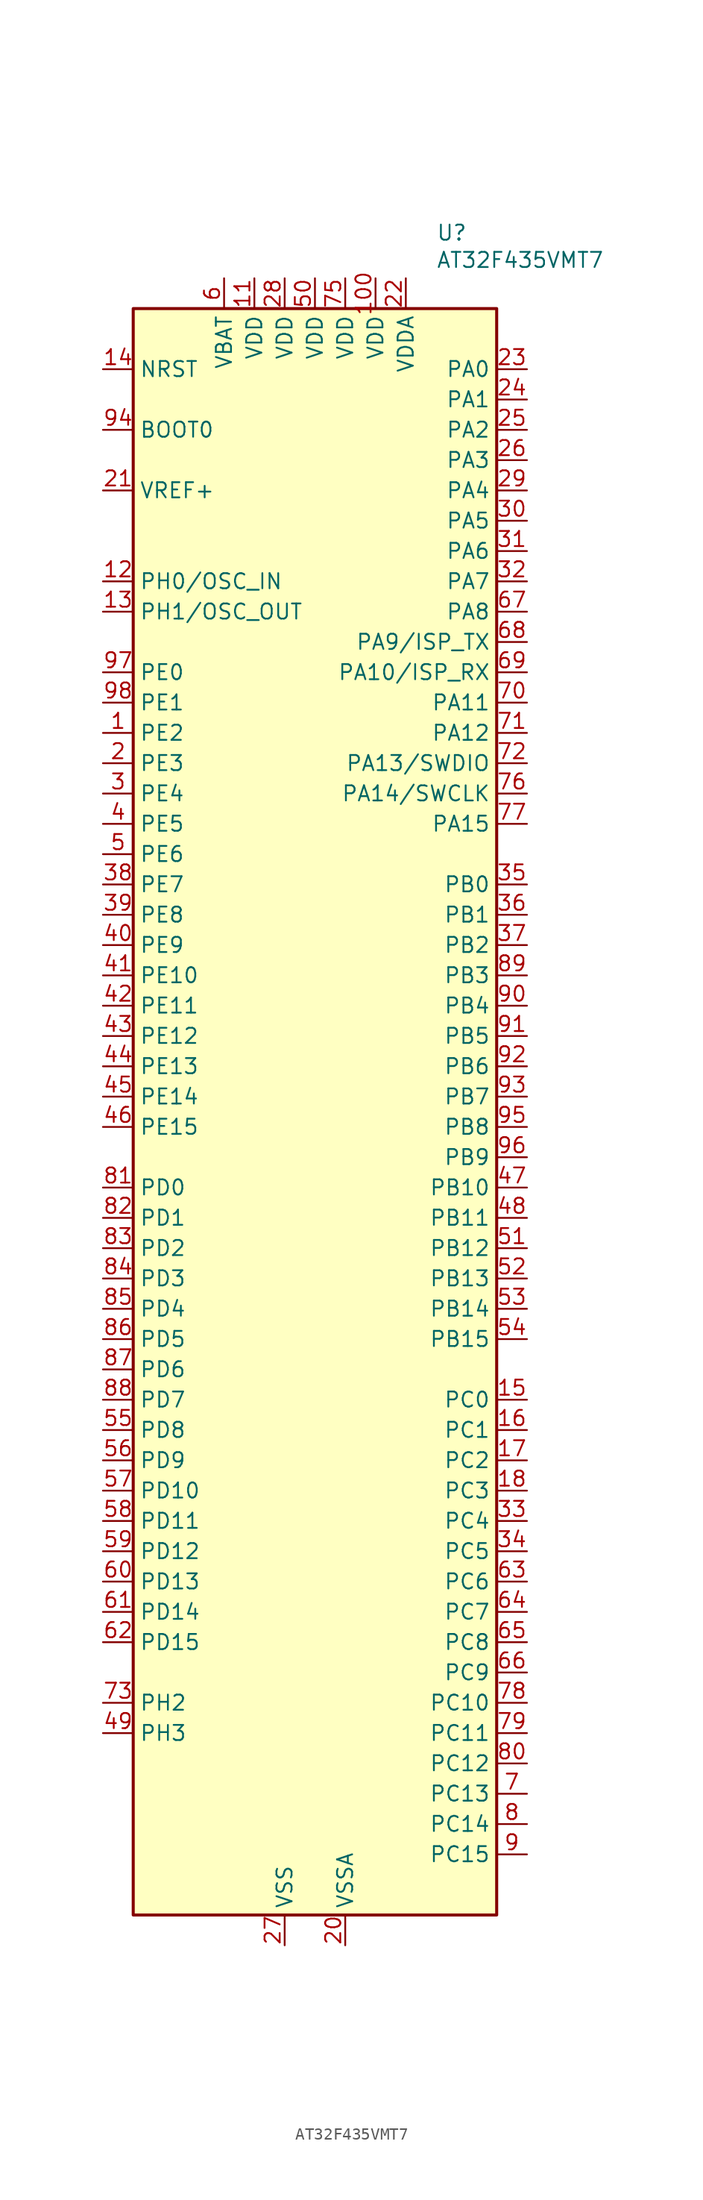
<source format=kicad_sym>
(kicad_symbol_lib
  (version 20241209)
  (generator "kicad_symbol_editor")
  (generator_version "9.0")
  (symbol "AT32F435VMT7"
    (property "Reference" "U"
      (at 10.16 74.93 0)
      (effects (font (size 1.27 1.27)) (justify left)))
    (property "Value" "AT32F435VMT7"
      (at 10.16 72.644 0)
      (effects (font (size 1.27 1.27)) (justify left)))
    (symbol "AT32F435VMT7_0_1"
      (rectangle (start -15.24 68.58) (end 15.24 -66.04) (stroke (width 0.254) (type default)) (fill (type background))))
    (symbol "AT32F435VMT7_1_0"
      (pin power_in line (at -17.78 53.34 0) (length 2.54) (name "VREF+" (effects (font (size 1.27 1.27)))) (number "21" (effects (font (size 1.27 1.27)))))
      (pin bidirectional line (at -17.78 38.1 0) (length 2.54) (name "PE0" (effects (font (size 1.27 1.27)))) (number "97" (effects (font (size 1.27 1.27)))))
      (pin bidirectional line (at -17.78 35.56 0) (length 2.54) (name "PE1" (effects (font (size 1.27 1.27)))) (number "98" (effects (font (size 1.27 1.27)))))
      (pin bidirectional line (at -17.78 33.02 0) (length 2.54) (name "PE2" (effects (font (size 1.27 1.27)))) (number "1" (effects (font (size 1.27 1.27)))))
      (pin bidirectional line (at -17.78 30.48 0) (length 2.54) (name "PE3" (effects (font (size 1.27 1.27)))) (number "2" (effects (font (size 1.27 1.27)))))
      (pin bidirectional line (at -17.78 27.94 0) (length 2.54) (name "PE4" (effects (font (size 1.27 1.27)))) (number "3" (effects (font (size 1.27 1.27)))))
      (pin bidirectional line (at -17.78 22.86 0) (length 2.54) (name "PE6" (effects (font (size 1.27 1.27)))) (number "5" (effects (font (size 1.27 1.27)))))
      (pin bidirectional line (at -17.78 20.32 0) (length 2.54) (name "PE7" (effects (font (size 1.27 1.27)))) (number "38" (effects (font (size 1.27 1.27)))))
      (pin bidirectional line (at -17.78 17.78 0) (length 2.54) (name "PE8" (effects (font (size 1.27 1.27)))) (number "39" (effects (font (size 1.27 1.27)))))
      (pin bidirectional line (at -17.78 15.24 0) (length 2.54) (name "PE9" (effects (font (size 1.27 1.27)))) (number "40" (effects (font (size 1.27 1.27)))))
      (pin bidirectional line (at -17.78 12.7 0) (length 2.54) (name "PE10" (effects (font (size 1.27 1.27)))) (number "41" (effects (font (size 1.27 1.27)))))
      (pin bidirectional line (at -17.78 10.16 0) (length 2.54) (name "PE11" (effects (font (size 1.27 1.27)))) (number "42" (effects (font (size 1.27 1.27)))))
      (pin bidirectional line (at -17.78 7.62 0) (length 2.54) (name "PE12" (effects (font (size 1.27 1.27)))) (number "43" (effects (font (size 1.27 1.27)))))
      (pin bidirectional line (at -17.78 5.08 0) (length 2.54) (name "PE13" (effects (font (size 1.27 1.27)))) (number "44" (effects (font (size 1.27 1.27)))))
      (pin bidirectional line (at -17.78 2.54 0) (length 2.54) (name "PE14" (effects (font (size 1.27 1.27)))) (number "45" (effects (font (size 1.27 1.27)))))
      (pin bidirectional line (at -17.78 0 0) (length 2.54) (name "PE15" (effects (font (size 1.27 1.27)))) (number "46" (effects (font (size 1.27 1.27)))))
      (pin bidirectional line (at -17.78 -5.08 0) (length 2.54) (name "PD0" (effects (font (size 1.27 1.27)))) (number "81" (effects (font (size 1.27 1.27)))))
      (pin bidirectional line (at -17.78 -7.62 0) (length 2.54) (name "PD1" (effects (font (size 1.27 1.27)))) (number "82" (effects (font (size 1.27 1.27)))))
      (pin bidirectional line (at -17.78 -10.16 0) (length 2.54) (name "PD2" (effects (font (size 1.27 1.27)))) (number "83" (effects (font (size 1.27 1.27)))))
      (pin bidirectional line (at -17.78 -12.7 0) (length 2.54) (name "PD3" (effects (font (size 1.27 1.27)))) (number "84" (effects (font (size 1.27 1.27)))))
      (pin bidirectional line (at -17.78 -15.24 0) (length 2.54) (name "PD4" (effects (font (size 1.27 1.27)))) (number "85" (effects (font (size 1.27 1.27)))))
      (pin bidirectional line (at -17.78 -17.78 0) (length 2.54) (name "PD5" (effects (font (size 1.27 1.27)))) (number "86" (effects (font (size 1.27 1.27)))))
      (pin bidirectional line (at -17.78 -20.32 0) (length 2.54) (name "PD6" (effects (font (size 1.27 1.27)))) (number "87" (effects (font (size 1.27 1.27)))))
      (pin bidirectional line (at -17.78 -22.86 0) (length 2.54) (name "PD7" (effects (font (size 1.27 1.27)))) (number "88" (effects (font (size 1.27 1.27)))))
      (pin bidirectional line (at -17.78 -25.4 0) (length 2.54) (name "PD8" (effects (font (size 1.27 1.27)))) (number "55" (effects (font (size 1.27 1.27)))))
      (pin bidirectional line (at -17.78 -27.94 0) (length 2.54) (name "PD9" (effects (font (size 1.27 1.27)))) (number "56" (effects (font (size 1.27 1.27)))))
      (pin bidirectional line (at -17.78 -30.48 0) (length 2.54) (name "PD10" (effects (font (size 1.27 1.27)))) (number "57" (effects (font (size 1.27 1.27)))))
      (pin bidirectional line (at -17.78 -33.02 0) (length 2.54) (name "PD11" (effects (font (size 1.27 1.27)))) (number "58" (effects (font (size 1.27 1.27)))))
      (pin bidirectional line (at -17.78 -35.56 0) (length 2.54) (name "PD12" (effects (font (size 1.27 1.27)))) (number "59" (effects (font (size 1.27 1.27)))))
      (pin bidirectional line (at -17.78 -38.1 0) (length 2.54) (name "PD13" (effects (font (size 1.27 1.27)))) (number "60" (effects (font (size 1.27 1.27)))))
      (pin bidirectional line (at -17.78 -40.64 0) (length 2.54) (name "PD14" (effects (font (size 1.27 1.27)))) (number "61" (effects (font (size 1.27 1.27)))))
      (pin bidirectional line (at -17.78 -43.18 0) (length 2.54) (name "PD15" (effects (font (size 1.27 1.27)))) (number "62" (effects (font (size 1.27 1.27)))))
      (pin power_in line (at -7.62 71.12 270) (length 2.54) (name "VBAT" (effects (font (size 1.27 1.27)))) (number "6" (effects (font (size 1.27 1.27)))))
      (pin no_connect line (at -6.35 -68.58 90) (length 2.54) (hide yes) (name "NC" (effects (font (size 1.27 1.27)))) (number "19" (effects (font (size 1.27 1.27)))))
      (pin power_in line (at -5.08 71.12 270) (length 2.54) (name "VDD" (effects (font (size 1.27 1.27)))) (number "11" (effects (font (size 1.27 1.27)))))
      (pin power_in line (at -2.54 71.12 270) (length 2.54) (name "VDD" (effects (font (size 1.27 1.27)))) (number "28" (effects (font (size 1.27 1.27)))))
      (pin power_in line (at -2.54 -68.58 90) (length 2.54) (hide yes) (name "VSS" (effects (font (size 1.27 1.27)))) (number "10" (effects (font (size 1.27 1.27)))))
      (pin power_in line (at -2.54 -68.58 90) (length 2.54) (name "VSS" (effects (font (size 1.27 1.27)))) (number "27" (effects (font (size 1.27 1.27)))))
      (pin power_in line (at -2.54 -68.58 90) (length 2.54) (hide yes) (name "VSS" (effects (font (size 1.27 1.27)))) (number "74" (effects (font (size 1.27 1.27)))))
      (pin power_in line (at 2.54 -68.58 90) (length 2.54) (name "VSSA" (effects (font (size 1.27 1.27)))) (number "20" (effects (font (size 1.27 1.27)))))
      (pin power_in line (at 7.62 71.12 270) (length 2.54) (name "VDDA" (effects (font (size 1.27 1.27)))) (number "22" (effects (font (size 1.27 1.27)))))
      (pin bidirectional line (at 17.78 -22.86 180) (length 2.54) (name "PC0" (effects (font (size 1.27 1.27)))) (number "15" (effects (font (size 1.27 1.27)))))
      (pin bidirectional line (at 17.78 -25.4 180) (length 2.54) (name "PC1" (effects (font (size 1.27 1.27)))) (number "16" (effects (font (size 1.27 1.27)))))
      (pin bidirectional line (at 17.78 -27.94 180) (length 2.54) (name "PC2" (effects (font (size 1.27 1.27)))) (number "17" (effects (font (size 1.27 1.27)))))
      (pin bidirectional line (at 17.78 -30.48 180) (length 2.54) (name "PC3" (effects (font (size 1.27 1.27)))) (number "18" (effects (font (size 1.27 1.27)))))
      (pin bidirectional line (at 17.78 -33.02 180) (length 2.54) (name "PC4" (effects (font (size 1.27 1.27)))) (number "33" (effects (font (size 1.27 1.27)))))
      (pin bidirectional line (at 17.78 -35.56 180) (length 2.54) (name "PC5" (effects (font (size 1.27 1.27)))) (number "34" (effects (font (size 1.27 1.27)))))
      (pin bidirectional line (at 17.78 -38.1 180) (length 2.54) (name "PC6" (effects (font (size 1.27 1.27)))) (number "63" (effects (font (size 1.27 1.27)))))
      (pin bidirectional line (at 17.78 -40.64 180) (length 2.54) (name "PC7" (effects (font (size 1.27 1.27)))) (number "64" (effects (font (size 1.27 1.27)))))
      (pin bidirectional line (at 17.78 -43.18 180) (length 2.54) (name "PC8" (effects (font (size 1.27 1.27)))) (number "65" (effects (font (size 1.27 1.27)))))
      (pin bidirectional line (at 17.78 -45.72 180) (length 2.54) (name "PC9" (effects (font (size 1.27 1.27)))) (number "66" (effects (font (size 1.27 1.27)))))
      (pin bidirectional line (at 17.78 -48.26 180) (length 2.54) (name "PC10" (effects (font (size 1.27 1.27)))) (number "78" (effects (font (size 1.27 1.27)))))
      (pin bidirectional line (at 17.78 -50.8 180) (length 2.54) (name "PC11" (effects (font (size 1.27 1.27)))) (number "79" (effects (font (size 1.27 1.27)))))
      (pin bidirectional line (at 17.78 -53.34 180) (length 2.54) (name "PC12" (effects (font (size 1.27 1.27)))) (number "80" (effects (font (size 1.27 1.27))))))
    (symbol "AT32F435VMT7_1_1"
      (pin input line (at -17.78 63.5 0) (length 2.54) (name "NRST" (effects (font (size 1.27 1.27)))) (number "14" (effects (font (size 1.27 1.27)))))
      (pin input line (at -17.78 58.42 0) (length 2.54) (name "BOOT0" (effects (font (size 1.27 1.27)))) (number "94" (effects (font (size 1.27 1.27)))))
      (pin bidirectional line (at -17.78 45.72 0) (length 2.54) (name "PH0/OSC_IN" (effects (font (size 1.27 1.27)))) (number "12" (effects (font (size 1.27 1.27)))) (alternate "RCC_OSC_IN" bidirectional line))
      (pin bidirectional line (at -17.78 43.18 0) (length 2.54) (name "PH1/OSC_OUT" (effects (font (size 1.27 1.27)))) (number "13" (effects (font (size 1.27 1.27)))) (alternate "RCC_OSC_OUT" bidirectional line))
      (pin bidirectional line (at -17.78 25.4 0) (length 2.54) (name "PE5" (effects (font (size 1.27 1.27)))) (number "4" (effects (font (size 1.27 1.27)))))
      (pin bidirectional line (at -17.78 -48.26 0) (length 2.54) (name "PH2" (effects (font (size 1.27 1.27)))) (number "73" (effects (font (size 1.27 1.27)))))
      (pin bidirectional line (at -17.78 -50.8 0) (length 2.54) (name "PH3" (effects (font (size 1.27 1.27)))) (number "49" (effects (font (size 1.27 1.27)))))
      (pin power_in line (at -2.54 -68.58 90) (length 2.54) (hide yes) (name "VSS" (effects (font (size 1.27 1.27)))) (number "99" (effects (font (size 1.27 1.27)))))
      (pin power_in line (at 0 71.12 270) (length 2.54) (name "VDD" (effects (font (size 1.27 1.27)))) (number "50" (effects (font (size 1.27 1.27)))))
      (pin power_in line (at 2.54 71.12 270) (length 2.54) (name "VDD" (effects (font (size 1.27 1.27)))) (number "75" (effects (font (size 1.27 1.27)))))
      (pin power_in line (at 5.08 71.12 270) (length 2.54) (name "VDD" (effects (font (size 1.27 1.27)))) (number "100" (effects (font (size 1.27 1.27)))))
      (pin bidirectional line (at 17.78 63.5 180) (length 2.54) (name "PA0" (effects (font (size 1.27 1.27)))) (number "23" (effects (font (size 1.27 1.27)))) (alternate "ADC1_IN0" bidirectional line) (alternate "ADC2_IN0" bidirectional line) (alternate "SYS_WKUP" bidirectional line) (alternate "TIM2_CH1" bidirectional line) (alternate "TIM2_ETR" bidirectional line) (alternate "USART2_CTS" bidirectional line))
      (pin bidirectional line (at 17.78 60.96 180) (length 2.54) (name "PA1" (effects (font (size 1.27 1.27)))) (number "24" (effects (font (size 1.27 1.27)))) (alternate "ADC1_IN1" bidirectional line) (alternate "ADC2_IN1" bidirectional line) (alternate "TIM2_CH2" bidirectional line) (alternate "USART2_RTS" bidirectional line))
      (pin bidirectional line (at 17.78 58.42 180) (length 2.54) (name "PA2" (effects (font (size 1.27 1.27)))) (number "25" (effects (font (size 1.27 1.27)))) (alternate "ADC1_IN2" bidirectional line) (alternate "ADC2_IN2" bidirectional line) (alternate "TIM2_CH3" bidirectional line) (alternate "USART2_TX" bidirectional line))
      (pin bidirectional line (at 17.78 55.88 180) (length 2.54) (name "PA3" (effects (font (size 1.27 1.27)))) (number "26" (effects (font (size 1.27 1.27)))) (alternate "ADC1_IN3" bidirectional line) (alternate "ADC2_IN3" bidirectional line) (alternate "TIM2_CH4" bidirectional line) (alternate "USART2_RX" bidirectional line))
      (pin bidirectional line (at 17.78 53.34 180) (length 2.54) (name "PA4" (effects (font (size 1.27 1.27)))) (number "29" (effects (font (size 1.27 1.27)))) (alternate "ADC1_IN4" bidirectional line) (alternate "ADC2_IN4" bidirectional line) (alternate "SPI1_NSS" bidirectional line) (alternate "USART2_CK" bidirectional line))
      (pin bidirectional line (at 17.78 50.8 180) (length 2.54) (name "PA5" (effects (font (size 1.27 1.27)))) (number "30" (effects (font (size 1.27 1.27)))) (alternate "ADC1_IN5" bidirectional line) (alternate "ADC2_IN5" bidirectional line) (alternate "SPI1_SCK" bidirectional line))
      (pin bidirectional line (at 17.78 48.26 180) (length 2.54) (name "PA6" (effects (font (size 1.27 1.27)))) (number "31" (effects (font (size 1.27 1.27)))) (alternate "ADC1_IN6" bidirectional line) (alternate "ADC2_IN6" bidirectional line) (alternate "SPI1_MISO" bidirectional line) (alternate "TIM1_BKIN" bidirectional line) (alternate "TIM3_CH1" bidirectional line))
      (pin bidirectional line (at 17.78 45.72 180) (length 2.54) (name "PA7" (effects (font (size 1.27 1.27)))) (number "32" (effects (font (size 1.27 1.27)))) (alternate "ADC1_IN7" bidirectional line) (alternate "ADC2_IN7" bidirectional line) (alternate "SPI1_MOSI" bidirectional line) (alternate "TIM1_CH1N" bidirectional line) (alternate "TIM3_CH2" bidirectional line))
      (pin bidirectional line (at 17.78 43.18 180) (length 2.54) (name "PA8" (effects (font (size 1.27 1.27)))) (number "67" (effects (font (size 1.27 1.27)))) (alternate "RCC_MCO" bidirectional line) (alternate "TIM1_CH1" bidirectional line) (alternate "USART1_CK" bidirectional line))
      (pin bidirectional line (at 17.78 40.64 180) (length 2.54) (name "PA9/ISP_TX" (effects (font (size 1.27 1.27)))) (number "68" (effects (font (size 1.27 1.27)))) (alternate "TIM1_CH2" bidirectional line) (alternate "USART1_TX" bidirectional line))
      (pin bidirectional line (at 17.78 38.1 180) (length 2.54) (name "PA10/ISP_RX" (effects (font (size 1.27 1.27)))) (number "69" (effects (font (size 1.27 1.27)))) (alternate "TIM1_CH3" bidirectional line) (alternate "USART1_RX" bidirectional line))
      (pin bidirectional line (at 17.78 35.56 180) (length 2.54) (name "PA11" (effects (font (size 1.27 1.27)))) (number "70" (effects (font (size 1.27 1.27)))) (alternate "ADC1_EXTI11" bidirectional line) (alternate "ADC2_EXTI11" bidirectional line) (alternate "CAN_RX" bidirectional line) (alternate "TIM1_CH4" bidirectional line) (alternate "USART1_CTS" bidirectional line) (alternate "USB_DM" bidirectional line))
      (pin bidirectional line (at 17.78 33.02 180) (length 2.54) (name "PA12" (effects (font (size 1.27 1.27)))) (number "71" (effects (font (size 1.27 1.27)))) (alternate "CAN_TX" bidirectional line) (alternate "TIM1_ETR" bidirectional line) (alternate "USART1_RTS" bidirectional line) (alternate "USB_DP" bidirectional line))
      (pin bidirectional line (at 17.78 30.48 180) (length 2.54) (name "PA13/SWDIO" (effects (font (size 1.27 1.27)))) (number "72" (effects (font (size 1.27 1.27)))) (alternate "SYS_JTMS-SWDIO" bidirectional line))
      (pin bidirectional line (at 17.78 27.94 180) (length 2.54) (name "PA14/SWCLK" (effects (font (size 1.27 1.27)))) (number "76" (effects (font (size 1.27 1.27)))) (alternate "SYS_JTCK-SWCLK" bidirectional line))
      (pin bidirectional line (at 17.78 25.4 180) (length 2.54) (name "PA15" (effects (font (size 1.27 1.27)))) (number "77" (effects (font (size 1.27 1.27)))) (alternate "ADC1_EXTI15" bidirectional line) (alternate "ADC2_EXTI15" bidirectional line) (alternate "SPI1_NSS" bidirectional line) (alternate "SYS_JTDI" bidirectional line) (alternate "TIM2_CH1" bidirectional line) (alternate "TIM2_ETR" bidirectional line))
      (pin bidirectional line (at 17.78 20.32 180) (length 2.54) (name "PB0" (effects (font (size 1.27 1.27)))) (number "35" (effects (font (size 1.27 1.27)))) (alternate "ADC1_IN8" bidirectional line) (alternate "ADC2_IN8" bidirectional line) (alternate "TIM1_CH2N" bidirectional line) (alternate "TIM3_CH3" bidirectional line))
      (pin bidirectional line (at 17.78 17.78 180) (length 2.54) (name "PB1" (effects (font (size 1.27 1.27)))) (number "36" (effects (font (size 1.27 1.27)))) (alternate "ADC1_IN9" bidirectional line) (alternate "ADC2_IN9" bidirectional line) (alternate "TIM1_CH3N" bidirectional line) (alternate "TIM3_CH4" bidirectional line))
      (pin bidirectional line (at 17.78 15.24 180) (length 2.54) (name "PB2" (effects (font (size 1.27 1.27)))) (number "37" (effects (font (size 1.27 1.27)))))
      (pin bidirectional line (at 17.78 12.7 180) (length 2.54) (name "PB3" (effects (font (size 1.27 1.27)))) (number "89" (effects (font (size 1.27 1.27)))) (alternate "SPI1_SCK" bidirectional line) (alternate "SYS_JTDO-TRACESWO" bidirectional line) (alternate "TIM2_CH2" bidirectional line))
      (pin bidirectional line (at 17.78 10.16 180) (length 2.54) (name "PB4" (effects (font (size 1.27 1.27)))) (number "90" (effects (font (size 1.27 1.27)))) (alternate "SPI1_MISO" bidirectional line) (alternate "SYS_NJTRST" bidirectional line) (alternate "TIM3_CH1" bidirectional line))
      (pin bidirectional line (at 17.78 7.62 180) (length 2.54) (name "PB5" (effects (font (size 1.27 1.27)))) (number "91" (effects (font (size 1.27 1.27)))) (alternate "I2C1_SMBA" bidirectional line) (alternate "SPI1_MOSI" bidirectional line) (alternate "TIM3_CH2" bidirectional line))
      (pin bidirectional line (at 17.78 5.08 180) (length 2.54) (name "PB6" (effects (font (size 1.27 1.27)))) (number "92" (effects (font (size 1.27 1.27)))) (alternate "I2C1_SCL" bidirectional line) (alternate "TIM4_CH1" bidirectional line) (alternate "USART1_TX" bidirectional line))
      (pin bidirectional line (at 17.78 2.54 180) (length 2.54) (name "PB7" (effects (font (size 1.27 1.27)))) (number "93" (effects (font (size 1.27 1.27)))) (alternate "I2C1_SDA" bidirectional line) (alternate "TIM4_CH2" bidirectional line) (alternate "USART1_RX" bidirectional line))
      (pin bidirectional line (at 17.78 0 180) (length 2.54) (name "PB8" (effects (font (size 1.27 1.27)))) (number "95" (effects (font (size 1.27 1.27)))) (alternate "CAN_RX" bidirectional line) (alternate "I2C1_SCL" bidirectional line) (alternate "TIM4_CH3" bidirectional line))
      (pin bidirectional line (at 17.78 -2.54 180) (length 2.54) (name "PB9" (effects (font (size 1.27 1.27)))) (number "96" (effects (font (size 1.27 1.27)))) (alternate "CAN_TX" bidirectional line) (alternate "I2C1_SDA" bidirectional line) (alternate "TIM4_CH4" bidirectional line))
      (pin bidirectional line (at 17.78 -5.08 180) (length 2.54) (name "PB10" (effects (font (size 1.27 1.27)))) (number "47" (effects (font (size 1.27 1.27)))) (alternate "I2C2_SCL" bidirectional line) (alternate "TIM2_CH3" bidirectional line) (alternate "USART3_TX" bidirectional line))
      (pin bidirectional line (at 17.78 -7.62 180) (length 2.54) (name "PB11" (effects (font (size 1.27 1.27)))) (number "48" (effects (font (size 1.27 1.27)))) (alternate "ADC1_EXTI11" bidirectional line) (alternate "ADC2_EXTI11" bidirectional line) (alternate "I2C2_SDA" bidirectional line) (alternate "TIM2_CH4" bidirectional line) (alternate "USART3_RX" bidirectional line))
      (pin bidirectional line (at 17.78 -10.16 180) (length 2.54) (name "PB12" (effects (font (size 1.27 1.27)))) (number "51" (effects (font (size 1.27 1.27)))) (alternate "I2C2_SMBA" bidirectional line) (alternate "SPI2_NSS" bidirectional line) (alternate "TIM1_BKIN" bidirectional line) (alternate "USART3_CK" bidirectional line))
      (pin bidirectional line (at 17.78 -12.7 180) (length 2.54) (name "PB13" (effects (font (size 1.27 1.27)))) (number "52" (effects (font (size 1.27 1.27)))) (alternate "SPI2_SCK" bidirectional line) (alternate "TIM1_CH1N" bidirectional line) (alternate "USART3_CTS" bidirectional line))
      (pin bidirectional line (at 17.78 -15.24 180) (length 2.54) (name "PB14" (effects (font (size 1.27 1.27)))) (number "53" (effects (font (size 1.27 1.27)))) (alternate "SPI2_MISO" bidirectional line) (alternate "TIM1_CH2N" bidirectional line) (alternate "USART3_RTS" bidirectional line))
      (pin bidirectional line (at 17.78 -17.78 180) (length 2.54) (name "PB15" (effects (font (size 1.27 1.27)))) (number "54" (effects (font (size 1.27 1.27)))) (alternate "ADC1_EXTI15" bidirectional line) (alternate "ADC2_EXTI15" bidirectional line) (alternate "SPI2_MOSI" bidirectional line) (alternate "TIM1_CH3N" bidirectional line))
      (pin bidirectional line (at 17.78 -55.88 180) (length 2.54) (name "PC13" (effects (font (size 1.27 1.27)))) (number "7" (effects (font (size 1.27 1.27)))) (alternate "RTC_OUT" bidirectional line) (alternate "RTC_TAMPER" bidirectional line))
      (pin bidirectional line (at 17.78 -58.42 180) (length 2.54) (name "PC14" (effects (font (size 1.27 1.27)))) (number "8" (effects (font (size 1.27 1.27)))) (alternate "RCC_OSC32_IN" bidirectional line))
      (pin bidirectional line (at 17.78 -60.96 180) (length 2.54) (name "PC15" (effects (font (size 1.27 1.27)))) (number "9" (effects (font (size 1.27 1.27)))) (alternate "ADC1_EXTI15" bidirectional line) (alternate "ADC2_EXTI15" bidirectional line) (alternate "RCC_OSC32_OUT" bidirectional line)))))
</source>
